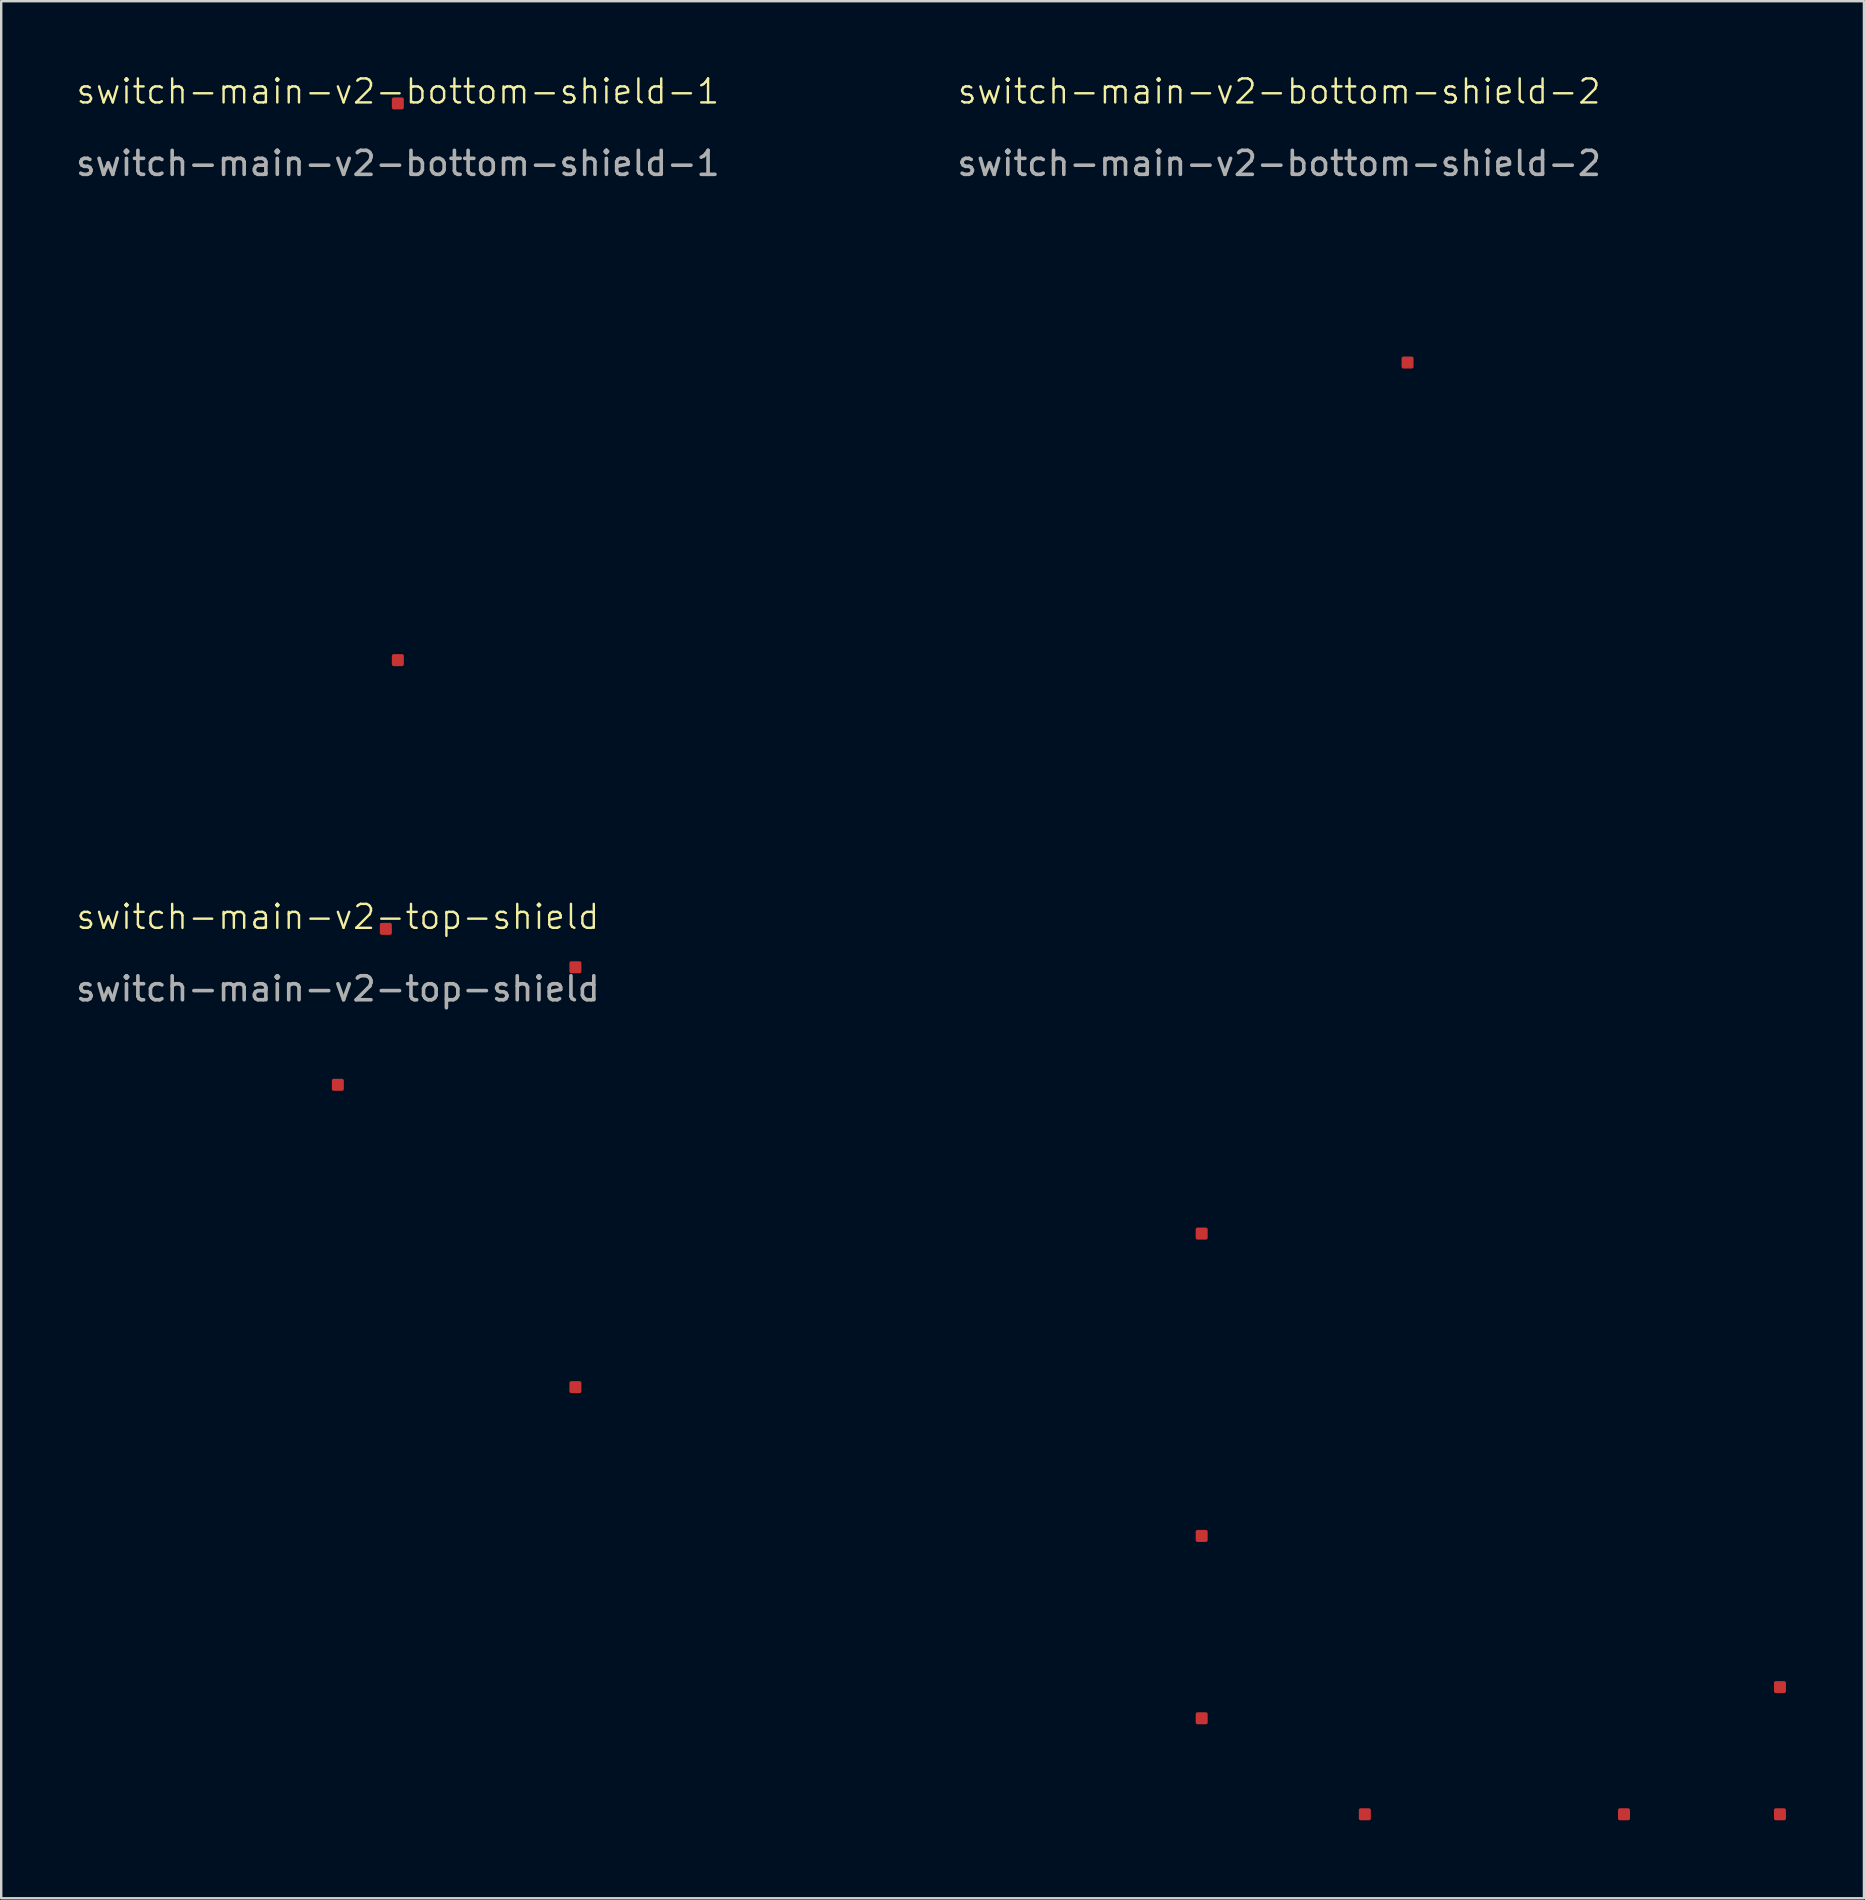
<source format=kicad_pcb>
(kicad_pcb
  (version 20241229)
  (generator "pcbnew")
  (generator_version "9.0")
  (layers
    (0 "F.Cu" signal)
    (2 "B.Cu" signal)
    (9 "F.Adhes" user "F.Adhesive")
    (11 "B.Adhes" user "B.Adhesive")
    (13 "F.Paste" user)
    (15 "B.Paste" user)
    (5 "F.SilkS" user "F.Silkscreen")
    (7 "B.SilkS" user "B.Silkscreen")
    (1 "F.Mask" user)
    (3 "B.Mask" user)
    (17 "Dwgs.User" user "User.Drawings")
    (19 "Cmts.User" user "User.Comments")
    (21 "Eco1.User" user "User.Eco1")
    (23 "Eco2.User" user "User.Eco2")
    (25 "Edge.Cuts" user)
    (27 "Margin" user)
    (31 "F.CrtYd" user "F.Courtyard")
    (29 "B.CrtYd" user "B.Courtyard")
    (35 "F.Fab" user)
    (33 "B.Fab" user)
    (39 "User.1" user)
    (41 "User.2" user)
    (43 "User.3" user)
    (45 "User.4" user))
  (footprint "switch-main-v2-bottom-shield-2"
    (layer "F.Cu")
    (at 50.26 1.26)
    (property "Reference" "switch-main-v2-bottom-shield-2" (at 0 -0.5 0) (unlocked yes) (layer "F.SilkS") (effects (font (size 1 1) (thickness 0.1))))
    (attr exclude_from_pos_files allow_missing_courtyard)
    (fp_line (start 0 10.8) (end 10.7 10.8) (stroke (width 1) (type solid)) (layer "F.Mask"))
    (fp_line (start 0 19.1) (end 0 0) (stroke (width 1) (type solid)) (layer "F.Mask"))
    (fp_line (start 0 19.1) (end 10.7 19.1) (stroke (width 1) (type solid)) (layer "F.Mask"))
    (fp_line (start 0.8 0) (end 0 0) (stroke (width 1) (type solid)) (layer "F.Mask"))
    (fp_line (start 10.7 0) (end 8.9 0) (stroke (width 1) (type solid)) (layer "F.Mask"))
    (fp_line (start 10.7 11.3) (end 10.7 0) (stroke (width 1) (type solid)) (layer "F.Mask"))
    (fp_rect (start 0 -0.4) (end 1.9 0.4) (stroke (width 0.2) (type solid)) (fill yes) (layer "F.Mask"))
    (fp_rect (start 5.1 -0.4) (end 9.4 0.4) (stroke (width 0.2) (type solid)) (fill yes) (layer "F.Mask"))
    (fp_rect (start 10.3 10.7) (end 11.1 14.6) (stroke (width 0.2) (type solid)) (fill yes) (layer "F.Mask"))
    (fp_rect (start 10.3 17.8) (end 11.1 19.1) (stroke (width 0.2) (type solid)) (fill yes) (layer "F.Mask"))
    (fp_text user "${REFERENCE}" (at 0 2.5 0) (unlocked yes) (layer "F.Fab") (effects (font (size 1 1) (thickness 0.15))))
    (pad "1" smd roundrect (at 5.35 10.8) (size 0.5 0.5) (layers "F.Cu" "F.Mask") (roundrect_rratio 0.15)))
  (footprint "switch-main-v2-bottom-shield-1"
    (layer "F.Cu")
    (at 13.53 1.26)
    (property "Reference" "switch-main-v2-bottom-shield-1" (at 0 -0.5 0) (unlocked yes) (layer "F.SilkS") (effects (font (size 1 1) (thickness 0.1))))
    (attr exclude_from_pos_files allow_missing_courtyard)
    (fp_line (start 0 4.4) (end 0 0) (stroke (width 1) (type solid)) (layer "F.Mask"))
    (fp_line (start 0 23.2) (end 0 21.2) (stroke (width 1) (type solid)) (layer "F.Mask"))
    (fp_line (start 19.7 0) (end 0 0) (stroke (width 1) (type solid)) (layer "F.Mask"))
    (fp_line (start 19.7 23.2) (end 17.2 23.2) (stroke (width 1) (type solid)) (layer "F.Mask"))
    (fp_line (start 19.7 23.2) (end 19.7 0) (stroke (width 1) (type solid)) (layer "F.Mask"))
    (fp_rect (start -0.4 3.5) (end 0.4 11.2) (stroke (width 0.2) (type solid)) (fill yes) (layer "F.Mask"))
    (fp_rect (start -0.4 14.4) (end 0.4 21.5) (stroke (width 0.2) (type solid)) (fill yes) (layer "F.Mask"))
    (fp_rect (start 0 22.8) (end 11.9 23.6) (stroke (width 0.2) (type solid)) (fill yes) (layer "F.Mask"))
    (fp_rect (start 15.1 22.8) (end 19.7 23.6) (stroke (width 0.2) (type solid)) (fill yes) (layer "F.Mask"))
    (fp_text user "${REFERENCE}" (at 0 2.5 0) (unlocked yes) (layer "F.Fab") (effects (font (size 1 1) (thickness 0.15))))
    (pad "1" smd roundrect (at 0 0) (size 0.5 0.5) (layers "F.Cu" "F.Mask") (roundrect_rratio 0.15))
    (pad "1" smd roundrect (at 0 23.2) (size 0.5 0.5) (layers "F.Cu" "F.Mask") (roundrect_rratio 0.15)))
  (footprint "switch-main-v2-top-shield"
    (layer "F.Cu")
    (at 11.03 35.66)
    (property "Reference" "switch-main-v2-top-shield" (at 0 -0.5 0) (unlocked yes) (layer "F.SilkS") (effects (font (size 1 1) (thickness 0.1))))
    (attr exclude_from_pos_files allow_missing_courtyard)
    (fp_line (start -7.2 9.4) (end 9.9 9.4) (stroke (width 1) (type solid)) (layer "F.Mask"))
    (fp_line (start -7.2 31.2) (end -7.2 9.4) (stroke (width 1) (type solid)) (layer "F.Mask"))
    (fp_line (start -2.8 31.2) (end -7.2 31.2) (stroke (width 1) (type solid)) (layer "F.Mask"))
    (fp_line (start -0.1 33.9) (end -2.8 31.2) (stroke (width 1) (type solid)) (layer "F.Mask"))
    (fp_line (start 4 0) (end 0 0) (stroke (width 1) (type solid)) (layer "F.Mask"))
    (fp_line (start 9.9 33.9) (end -0.1 33.9) (stroke (width 1) (type solid)) (layer "F.Mask"))
    (fp_line (start 9.9 35.9) (end 9.9 35.9) (stroke (width 1) (type solid)) (layer "F.Mask"))
    (fp_line (start 30.9 -7.2) (end 9.9 -7.2) (stroke (width 1) (type solid)) (layer "F.Mask"))
    (fp_line (start 30.9 0.2) (end 30.9 -7.2) (stroke (width 1) (type solid)) (layer "F.Mask"))
    (fp_line (start 37 36.9) (end 36 35.9) (stroke (width 1) (type solid)) (layer "F.Mask"))
    (fp_line (start 40.6 0.2) (end 30.9 0.2) (stroke (width 1) (type solid)) (layer "F.Mask"))
    (fp_line (start 40.6 0.2) (end 40.6 -7.2) (stroke (width 1) (type solid)) (layer "F.Mask"))
    (fp_line (start 50.6 -7.2) (end 40.6 -7.2) (stroke (width 1) (type solid)) (layer "F.Mask"))
    (fp_line (start 57.4 -0.2) (end 50.6 -0.2) (stroke (width 1) (type solid)) (layer "F.Mask"))
    (fp_line (start 57.4 5.1) (end 57.4 -0.2) (stroke (width 1) (type solid)) (layer "F.Mask"))
    (fp_line (start 57.4 5.1) (end 60.1 5.1) (stroke (width 1) (type solid)) (layer "F.Mask"))
    (fp_line (start 59.9 36.9) (end 60.1 36.9) (stroke (width 1) (type solid)) (layer "F.Mask"))
    (fp_line (start 60.1 5.1) (end 60.1 6.5) (stroke (width 1) (type solid)) (layer "F.Mask"))
    (fp_rect (start -0.4 0) (end 0.4 0.7) (stroke (width 0.2) (type solid)) (fill yes) (layer "F.Mask"))
    (fp_rect (start -0.4 5.9) (end 0.4 9.4) (stroke (width 0.2) (type solid)) (fill yes) (layer "F.Mask"))
    (fp_rect (start 3.6 -0.4) (end 4.4 0.4) (stroke (width 0.2) (type solid)) (fill yes) (layer "F.Mask"))
    (fp_rect (start 7.6 -0.4) (end 10.3 0.4) (stroke (width 0.2) (type solid)) (fill yes) (layer "F.Mask"))
    (fp_rect (start 9.5 -7.2) (end 10.3 4.7) (stroke (width 0.2) (type solid)) (fill yes) (layer "F.Mask"))
    (fp_rect (start 9.5 7.9) (end 10.3 15.4) (stroke (width 0.2) (type solid)) (fill yes) (layer "F.Mask"))
    (fp_rect (start 9.5 18.6) (end 10.3 26.7) (stroke (width 0.2) (type solid)) (fill yes) (layer "F.Mask"))
    (fp_rect (start 9.5 29.9) (end 10.3 35.9) (stroke (width 0.2) (type solid)) (fill yes) (layer "F.Mask"))
    (fp_rect (start 9.9 35.5) (end 30.2 36.3) (stroke (width 0.2) (type solid)) (fill yes) (layer "F.Mask"))
    (fp_rect (start 33.4 35.5) (end 36.4 36.3) (stroke (width 0.2) (type solid)) (fill yes) (layer "F.Mask"))
    (fp_rect (start 35.6 -0.2) (end 36.4 1.7) (stroke (width 0.2) (type solid)) (fill yes) (layer "F.Mask"))
    (fp_rect (start 35.6 4.9) (end 36.4 19.4) (stroke (width 0.2) (type solid)) (fill yes) (layer "F.Mask"))
    (fp_rect (start 35.6 15.6) (end 42.2 16.4) (stroke (width 0.2) (type solid)) (fill yes) (layer "F.Mask"))
    (fp_rect (start 35.6 22.6) (end 36.4 27.7) (stroke (width 0.2) (type solid)) (fill yes) (layer "F.Mask"))
    (fp_rect (start 35.6 30.9) (end 36.4 36.3) (stroke (width 0.2) (type solid)) (fill yes) (layer "F.Mask"))
    (fp_rect (start 37 36.5) (end 37.7 37.3) (stroke (width 0.2) (type solid)) (fill yes) (layer "F.Mask"))
    (fp_rect (start 40.9 36.5) (end 44.8 37.3) (stroke (width 0.2) (type solid)) (fill yes) (layer "F.Mask"))
    (fp_rect (start 45.4 15.6) (end 60.5 16.4) (stroke (width 0.2) (type solid)) (fill yes) (layer "F.Mask"))
    (fp_rect (start 50.2 -7.2) (end 51 -4.6) (stroke (width 0.2) (type solid)) (fill yes) (layer "F.Mask"))
    (fp_rect (start 50.2 -1.4) (end 51 -0.2) (stroke (width 0.2) (type solid)) (fill yes) (layer "F.Mask"))
    (fp_rect (start 51.3 36.5) (end 55.7 37.3) (stroke (width 0.2) (type solid)) (fill yes) (layer "F.Mask"))
    (fp_rect (start 58.9 36.5) (end 60.1 37.3) (stroke (width 0.2) (type solid)) (fill yes) (layer "F.Mask"))
    (fp_rect (start 59.7 5.9) (end 60.5 32.5) (stroke (width 0.2) (type solid)) (fill yes) (layer "F.Mask"))
    (fp_rect (start 59.7 35.7) (end 60.5 36.9) (stroke (width 0.2) (type solid)) (fill yes) (layer "F.Mask"))
    (fp_text user "${REFERENCE}" (at 0 2.5 0) (unlocked yes) (layer "F.Fab") (effects (font (size 1 1) (thickness 0.15))))
    (pad "1" smd roundrect (at 0 6.5) (size 0.5 0.5) (layers "F.Cu" "F.Mask") (roundrect_rratio 0.15))
    (pad "1" smd roundrect (at 2 0) (size 0.5 0.5) (layers "F.Cu" "F.Mask") (roundrect_rratio 0.15))
    (pad "1" smd roundrect (at 9.9 1.6) (size 0.5 0.5) (layers "F.Cu" "F.Mask") (roundrect_rratio 0.15))
    (pad "1" smd roundrect (at 9.9 19.1) (size 0.5 0.5) (layers "F.Cu" "F.Mask") (roundrect_rratio 0.15))
    (pad "1" smd roundrect (at 36 12.7) (size 0.5 0.5) (layers "F.Cu" "F.Mask") (roundrect_rratio 0.15))
    (pad "1" smd roundrect (at 36 25.3) (size 0.5 0.5) (layers "F.Cu" "F.Mask") (roundrect_rratio 0.15))
    (pad "1" smd roundrect (at 36 32.9) (size 0.5 0.5) (layers "F.Cu" "F.Mask") (roundrect_rratio 0.15))
    (pad "1" smd roundrect (at 42.8 36.9) (size 0.5 0.5) (layers "F.Cu" "F.Mask") (roundrect_rratio 0.15))
    (pad "1" smd roundrect (at 53.6 36.9) (size 0.5 0.5) (layers "F.Cu" "F.Mask") (roundrect_rratio 0.15))
    (pad "1" smd roundrect (at 60.1 31.6) (size 0.5 0.5) (layers "F.Cu" "F.Mask") (roundrect_rratio 0.15))
    (pad "1" smd roundrect (at 60.1 36.9) (size 0.5 0.5) (layers "F.Cu" "F.Mask") (roundrect_rratio 0.15)))
  (gr_rect
    (start -3 -3)
    (end 74.63 76.061)
    (stroke (width 0.1) (type default))
    (fill no)
    (layer "Edge.Cuts")))
</source>
